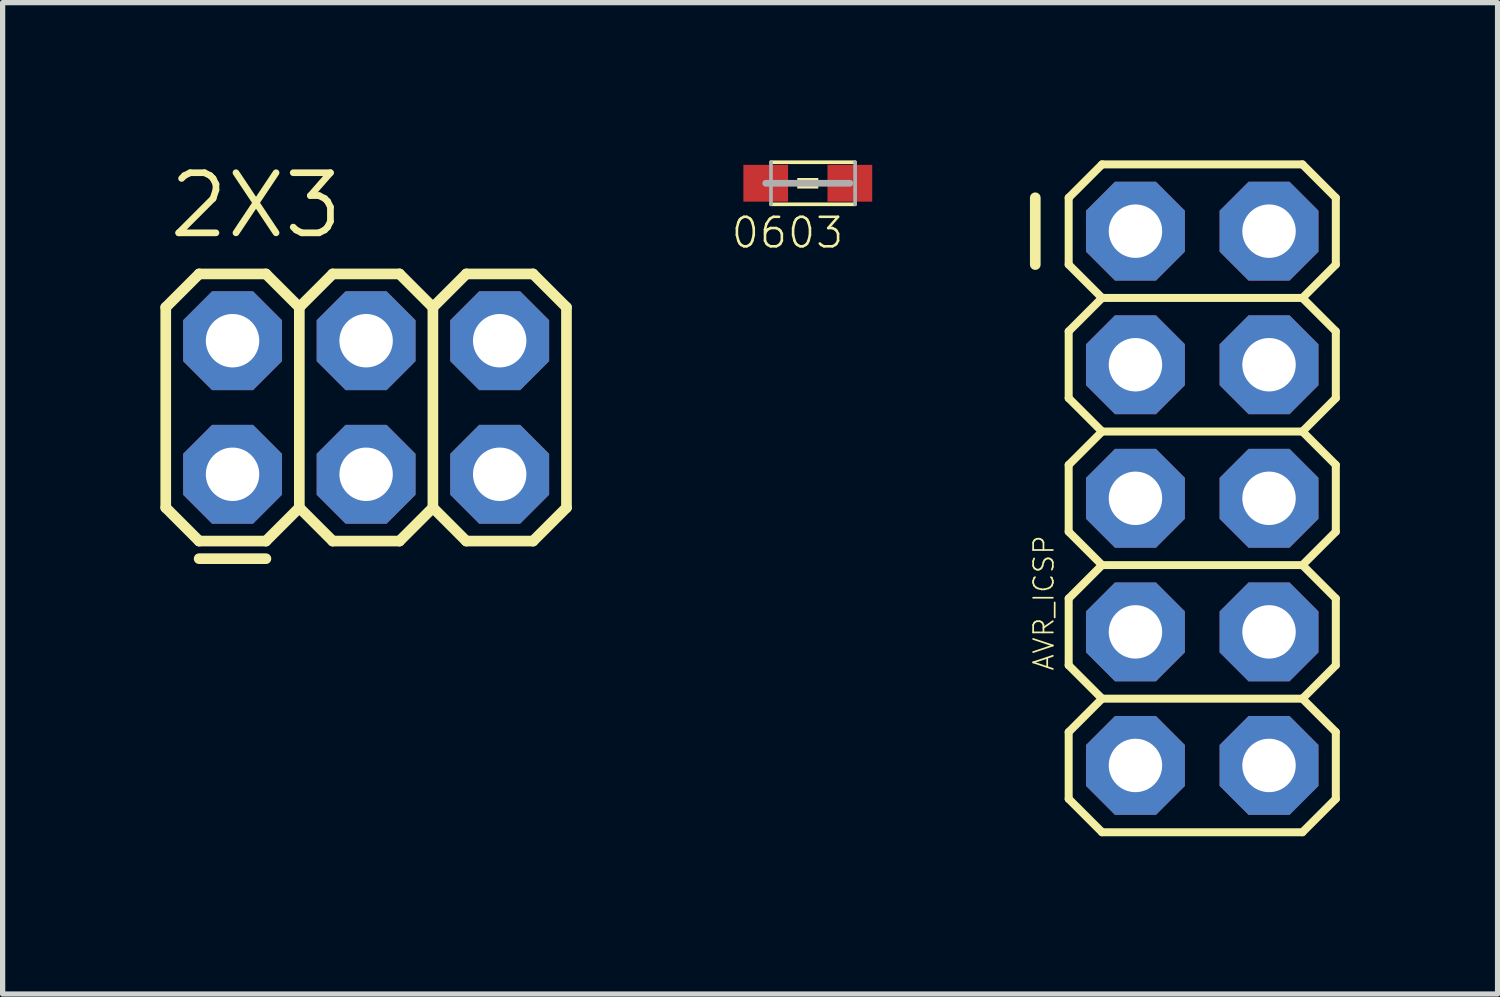
<source format=kicad_pcb>
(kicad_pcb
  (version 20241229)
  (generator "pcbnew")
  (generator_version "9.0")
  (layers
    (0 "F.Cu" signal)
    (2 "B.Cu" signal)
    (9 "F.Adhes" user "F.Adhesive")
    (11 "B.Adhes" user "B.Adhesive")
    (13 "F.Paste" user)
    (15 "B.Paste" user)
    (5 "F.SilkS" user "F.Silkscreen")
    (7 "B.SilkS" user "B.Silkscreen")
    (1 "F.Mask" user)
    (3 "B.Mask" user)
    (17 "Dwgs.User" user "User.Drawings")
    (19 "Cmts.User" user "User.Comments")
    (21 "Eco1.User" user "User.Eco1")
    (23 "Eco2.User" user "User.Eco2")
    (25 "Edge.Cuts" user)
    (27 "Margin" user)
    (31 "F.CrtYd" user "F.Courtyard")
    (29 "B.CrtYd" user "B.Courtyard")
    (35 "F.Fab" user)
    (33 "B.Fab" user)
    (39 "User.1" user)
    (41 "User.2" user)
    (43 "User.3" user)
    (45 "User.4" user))
  (footprint "0603"
    (layer "F.Cu")
    (at 12.411 0.435)
    (property "Reference" "0603" (at -1.587 1.27 0) (layer "F.SilkS") (effects (font (size 0.561 0.561) (thickness 0.049)) (justify left bottom)))
    (fp_line (start -0.8 -0.4) (end 0.8 -0.4) (stroke (width 0.07) (type solid)) (layer "F.SilkS"))
    (fp_line (start 0.8 0.4) (end -0.8 0.4) (stroke (width 0.07) (type solid)) (layer "F.SilkS"))
    (fp_poly (pts (xy -0.3 0.1) (xy 0.1 0.1) (xy 0.1 -0.1) (xy -0.3 -0.1)) (stroke (width 0) (type default)) (fill yes) (layer "F.SilkS"))
    (fp_line (start -0.9 0) (end 0.7 0) (stroke (width 0.127) (type solid)) (layer "F.Fab"))
    (fp_line (start -0.8 0.4) (end -0.8 -0.4) (stroke (width 0.07) (type solid)) (layer "F.Fab"))
    (fp_line (start 0.8 -0.4) (end 0.8 0.4) (stroke (width 0.07) (type solid)) (layer "F.Fab"))
    (pad "1" smd rect (at -0.9 0) (size 0.85 0.7) (layers "F.Cu" "F.Mask" "F.Paste"))
    (pad "2" smd rect (at 0.7 0) (size 0.85 0.7) (layers "F.Cu" "F.Mask" "F.Paste")))
  (footprint "AVR_ICSP"
    (layer "F.Cu")
    (at 19.812 6.426)
    (property "Reference" "AVR_ICSP" (at -2.794 3.302 90) (layer "F.SilkS") (effects (font (size 0.374 0.374) (thickness 0.033)) (justify left bottom)))
    (fp_line (start -3.175 -5.715) (end -3.175 -4.445) (stroke (width 0.203) (type solid)) (layer "F.SilkS"))
    (fp_line (start -2.54 -5.715) (end -2.54 -4.445) (stroke (width 0.152) (type solid)) (layer "F.SilkS"))
    (fp_line (start -2.54 -4.445) (end -1.905 -3.81) (stroke (width 0.152) (type solid)) (layer "F.SilkS"))
    (fp_line (start -2.54 -3.175) (end -2.54 -1.905) (stroke (width 0.152) (type solid)) (layer "F.SilkS"))
    (fp_line (start -2.54 -1.905) (end -1.905 -1.27) (stroke (width 0.152) (type solid)) (layer "F.SilkS"))
    (fp_line (start -2.54 -0.635) (end -2.54 0.635) (stroke (width 0.152) (type solid)) (layer "F.SilkS"))
    (fp_line (start -2.54 0.635) (end -1.905 1.27) (stroke (width 0.152) (type solid)) (layer "F.SilkS"))
    (fp_line (start -2.54 1.905) (end -2.54 3.175) (stroke (width 0.152) (type solid)) (layer "F.SilkS"))
    (fp_line (start -2.54 3.175) (end -1.905 3.81) (stroke (width 0.152) (type solid)) (layer "F.SilkS"))
    (fp_line (start -2.54 4.445) (end -2.54 5.715) (stroke (width 0.152) (type solid)) (layer "F.SilkS"))
    (fp_line (start -2.54 5.715) (end -1.905 6.35) (stroke (width 0.152) (type solid)) (layer "F.SilkS"))
    (fp_line (start -1.905 -6.35) (end -2.54 -5.715) (stroke (width 0.152) (type solid)) (layer "F.SilkS"))
    (fp_line (start -1.905 -6.35) (end 1.905 -6.35) (stroke (width 0.152) (type solid)) (layer "F.SilkS"))
    (fp_line (start -1.905 -3.81) (end -2.54 -3.175) (stroke (width 0.152) (type solid)) (layer "F.SilkS"))
    (fp_line (start -1.905 -1.27) (end -2.54 -0.635) (stroke (width 0.152) (type solid)) (layer "F.SilkS"))
    (fp_line (start -1.905 1.27) (end -2.54 1.905) (stroke (width 0.152) (type solid)) (layer "F.SilkS"))
    (fp_line (start -1.905 3.81) (end -2.54 4.445) (stroke (width 0.152) (type solid)) (layer "F.SilkS"))
    (fp_line (start 1.905 -6.35) (end 2.54 -5.715) (stroke (width 0.152) (type solid)) (layer "F.SilkS"))
    (fp_line (start 1.905 -3.81) (end -1.905 -3.81) (stroke (width 0.152) (type solid)) (layer "F.SilkS"))
    (fp_line (start 1.905 -3.81) (end 2.54 -3.175) (stroke (width 0.152) (type solid)) (layer "F.SilkS"))
    (fp_line (start 1.905 -1.27) (end -1.905 -1.27) (stroke (width 0.152) (type solid)) (layer "F.SilkS"))
    (fp_line (start 1.905 -1.27) (end 2.54 -0.635) (stroke (width 0.152) (type solid)) (layer "F.SilkS"))
    (fp_line (start 1.905 1.27) (end -1.905 1.27) (stroke (width 0.152) (type solid)) (layer "F.SilkS"))
    (fp_line (start 1.905 1.27) (end 2.54 1.905) (stroke (width 0.152) (type solid)) (layer "F.SilkS"))
    (fp_line (start 1.905 3.81) (end -1.905 3.81) (stroke (width 0.152) (type solid)) (layer "F.SilkS"))
    (fp_line (start 1.905 3.81) (end 2.54 4.445) (stroke (width 0.152) (type solid)) (layer "F.SilkS"))
    (fp_line (start 1.905 6.35) (end -1.905 6.35) (stroke (width 0.152) (type solid)) (layer "F.SilkS"))
    (fp_line (start 2.54 -5.715) (end 2.54 -4.445) (stroke (width 0.152) (type solid)) (layer "F.SilkS"))
    (fp_line (start 2.54 -4.445) (end 1.905 -3.81) (stroke (width 0.152) (type solid)) (layer "F.SilkS"))
    (fp_line (start 2.54 -3.175) (end 2.54 -1.905) (stroke (width 0.152) (type solid)) (layer "F.SilkS"))
    (fp_line (start 2.54 -1.905) (end 1.905 -1.27) (stroke (width 0.152) (type solid)) (layer "F.SilkS"))
    (fp_line (start 2.54 -0.635) (end 2.54 0.635) (stroke (width 0.152) (type solid)) (layer "F.SilkS"))
    (fp_line (start 2.54 0.635) (end 1.905 1.27) (stroke (width 0.152) (type solid)) (layer "F.SilkS"))
    (fp_line (start 2.54 1.905) (end 2.54 3.175) (stroke (width 0.152) (type solid)) (layer "F.SilkS"))
    (fp_line (start 2.54 3.175) (end 1.905 3.81) (stroke (width 0.152) (type solid)) (layer "F.SilkS"))
    (fp_line (start 2.54 4.445) (end 2.54 5.715) (stroke (width 0.152) (type solid)) (layer "F.SilkS"))
    (fp_line (start 2.54 5.715) (end 1.905 6.35) (stroke (width 0.152) (type solid)) (layer "F.SilkS"))
    (fp_poly (pts (xy -1.524 0.254) (xy -1.016 0.254) (xy -1.016 -0.254) (xy -1.524 -0.254)) (stroke (width 0) (type default)) (fill yes) (layer "F.SilkS"))
    (fp_poly (pts (xy -1.524 -4.826) (xy -1.016 -4.826) (xy -1.016 -5.334) (xy -1.524 -5.334)) (stroke (width 0.1) (type default)) (fill no) (layer "F.Fab"))
    (fp_poly (pts (xy -1.524 -2.286) (xy -1.016 -2.286) (xy -1.016 -2.794) (xy -1.524 -2.794)) (stroke (width 0.1) (type default)) (fill no) (layer "F.Fab"))
    (fp_poly (pts (xy -1.524 2.794) (xy -1.016 2.794) (xy -1.016 2.286) (xy -1.524 2.286)) (stroke (width 0.1) (type default)) (fill no) (layer "F.Fab"))
    (fp_poly (pts (xy -1.524 5.334) (xy -1.016 5.334) (xy -1.016 4.826) (xy -1.524 4.826)) (stroke (width 0.1) (type default)) (fill no) (layer "F.Fab"))
    (fp_poly (pts (xy 1.016 -4.826) (xy 1.524 -4.826) (xy 1.524 -5.334) (xy 1.016 -5.334)) (stroke (width 0.1) (type default)) (fill no) (layer "F.Fab"))
    (fp_poly (pts (xy 1.016 -2.286) (xy 1.524 -2.286) (xy 1.524 -2.794) (xy 1.016 -2.794)) (stroke (width 0.1) (type default)) (fill no) (layer "F.Fab"))
    (fp_poly (pts (xy 1.016 0.254) (xy 1.524 0.254) (xy 1.524 -0.254) (xy 1.016 -0.254)) (stroke (width 0.1) (type default)) (fill no) (layer "F.Fab"))
    (fp_poly (pts (xy 1.016 2.794) (xy 1.524 2.794) (xy 1.524 2.286) (xy 1.016 2.286)) (stroke (width 0.1) (type default)) (fill no) (layer "F.Fab"))
    (fp_poly (pts (xy 1.016 5.334) (xy 1.524 5.334) (xy 1.524 4.826) (xy 1.016 4.826)) (stroke (width 0.1) (type default)) (fill no) (layer "F.Fab"))
    (pad "1" thru_hole roundrect (at -1.27 -5.08 270) (size 1.88 1.88) (drill 1.016) (layers "*.Cu" "*.Mask") (roundrect_rratio 0.25) (chamfer_ratio 0.293) (chamfer top_left top_right bottom_left bottom_right))
    (pad "2" thru_hole roundrect (at 1.27 -5.08 270) (size 1.88 1.88) (drill 1.016) (layers "*.Cu" "*.Mask") (roundrect_rratio 0.25) (chamfer_ratio 0.293) (chamfer top_left top_right bottom_left bottom_right))
    (pad "3" thru_hole roundrect (at -1.27 -2.54 270) (size 1.88 1.88) (drill 1.016) (layers "*.Cu" "*.Mask") (roundrect_rratio 0.25) (chamfer_ratio 0.293) (chamfer top_left top_right bottom_left bottom_right))
    (pad "4" thru_hole roundrect (at 1.27 -2.54 270) (size 1.88 1.88) (drill 1.016) (layers "*.Cu" "*.Mask") (roundrect_rratio 0.25) (chamfer_ratio 0.293) (chamfer top_left top_right bottom_left bottom_right))
    (pad "5" thru_hole roundrect (at -1.27 0 270) (size 1.88 1.88) (drill 1.016) (layers "*.Cu" "*.Mask") (roundrect_rratio 0.25) (chamfer_ratio 0.293) (chamfer top_left top_right bottom_left bottom_right))
    (pad "6" thru_hole roundrect (at 1.27 0 270) (size 1.88 1.88) (drill 1.016) (layers "*.Cu" "*.Mask") (roundrect_rratio 0.25) (chamfer_ratio 0.293) (chamfer top_left top_right bottom_left bottom_right))
    (pad "7" thru_hole roundrect (at -1.27 2.54 270) (size 1.88 1.88) (drill 1.016) (layers "*.Cu" "*.Mask") (roundrect_rratio 0.25) (chamfer_ratio 0.293) (chamfer top_left top_right bottom_left bottom_right))
    (pad "8" thru_hole roundrect (at 1.27 2.54 270) (size 1.88 1.88) (drill 1.016) (layers "*.Cu" "*.Mask") (roundrect_rratio 0.25) (chamfer_ratio 0.293) (chamfer top_left top_right bottom_left bottom_right))
    (pad "9" thru_hole roundrect (at -1.27 5.08 270) (size 1.88 1.88) (drill 1.016) (layers "*.Cu" "*.Mask") (roundrect_rratio 0.25) (chamfer_ratio 0.293) (chamfer top_left top_right bottom_left bottom_right))
    (pad "10" thru_hole roundrect (at 1.27 5.08 270) (size 1.88 1.88) (drill 1.016) (layers "*.Cu" "*.Mask") (roundrect_rratio 0.25) (chamfer_ratio 0.293) (chamfer top_left top_right bottom_left bottom_right)))
  (footprint "2X3"
    (layer "F.Cu")
    (at 1.372 5.969)
    (property "Reference" "2X3" (at -1.27 -4.445 0) (layer "F.SilkS") (effects (font (size 1.143 1.143) (thickness 0.127)) (justify left bottom)))
    (fp_line (start -1.27 -3.175) (end -0.635 -3.81) (stroke (width 0.203) (type solid)) (layer "F.SilkS"))
    (fp_line (start -1.27 0.635) (end -1.27 -3.175) (stroke (width 0.203) (type solid)) (layer "F.SilkS"))
    (fp_line (start -1.27 0.635) (end -0.635 1.27) (stroke (width 0.203) (type solid)) (layer "F.SilkS"))
    (fp_line (start -0.635 -3.81) (end 0.635 -3.81) (stroke (width 0.203) (type solid)) (layer "F.SilkS"))
    (fp_line (start -0.635 1.27) (end 0.635 1.27) (stroke (width 0.203) (type solid)) (layer "F.SilkS"))
    (fp_line (start 0.635 -3.81) (end 1.27 -3.175) (stroke (width 0.203) (type solid)) (layer "F.SilkS"))
    (fp_line (start 0.635 1.27) (end 1.27 0.635) (stroke (width 0.203) (type solid)) (layer "F.SilkS"))
    (fp_line (start 0.635 1.605) (end -0.635 1.605) (stroke (width 0.203) (type solid)) (layer "F.SilkS"))
    (fp_line (start 1.27 -3.175) (end 1.27 0.635) (stroke (width 0.203) (type solid)) (layer "F.SilkS"))
    (fp_line (start 1.27 -3.175) (end 1.905 -3.81) (stroke (width 0.203) (type solid)) (layer "F.SilkS"))
    (fp_line (start 1.27 0.635) (end 1.905 1.27) (stroke (width 0.203) (type solid)) (layer "F.SilkS"))
    (fp_line (start 1.905 -3.81) (end 3.175 -3.81) (stroke (width 0.203) (type solid)) (layer "F.SilkS"))
    (fp_line (start 1.905 1.27) (end 3.175 1.27) (stroke (width 0.203) (type solid)) (layer "F.SilkS"))
    (fp_line (start 3.175 -3.81) (end 3.81 -3.175) (stroke (width 0.203) (type solid)) (layer "F.SilkS"))
    (fp_line (start 3.175 1.27) (end 3.81 0.635) (stroke (width 0.203) (type solid)) (layer "F.SilkS"))
    (fp_line (start 3.81 -3.175) (end 3.81 0.635) (stroke (width 0.203) (type solid)) (layer "F.SilkS"))
    (fp_line (start 3.81 -3.175) (end 4.445 -3.81) (stroke (width 0.203) (type solid)) (layer "F.SilkS"))
    (fp_line (start 3.81 0.635) (end 4.445 1.27) (stroke (width 0.203) (type solid)) (layer "F.SilkS"))
    (fp_line (start 4.445 -3.81) (end 5.715 -3.81) (stroke (width 0.203) (type solid)) (layer "F.SilkS"))
    (fp_line (start 4.445 1.27) (end 5.715 1.27) (stroke (width 0.203) (type solid)) (layer "F.SilkS"))
    (fp_line (start 5.715 -3.81) (end 6.35 -3.175) (stroke (width 0.203) (type solid)) (layer "F.SilkS"))
    (fp_line (start 5.715 1.27) (end 6.35 0.635) (stroke (width 0.203) (type solid)) (layer "F.SilkS"))
    (fp_line (start 6.35 -3.175) (end 6.35 0.635) (stroke (width 0.203) (type solid)) (layer "F.SilkS"))
    (fp_poly (pts (xy -0.254 -2.286) (xy 0.254 -2.286) (xy 0.254 -2.794) (xy -0.254 -2.794)) (stroke (width 0.1) (type default)) (fill no) (layer "F.Fab"))
    (fp_poly (pts (xy -0.254 0.254) (xy 0.254 0.254) (xy 0.254 -0.254) (xy -0.254 -0.254)) (stroke (width 0.1) (type default)) (fill no) (layer "F.Fab"))
    (fp_poly (pts (xy 2.286 -2.286) (xy 2.794 -2.286) (xy 2.794 -2.794) (xy 2.286 -2.794)) (stroke (width 0.1) (type default)) (fill no) (layer "F.Fab"))
    (fp_poly (pts (xy 2.286 0.254) (xy 2.794 0.254) (xy 2.794 -0.254) (xy 2.286 -0.254)) (stroke (width 0.1) (type default)) (fill no) (layer "F.Fab"))
    (fp_poly (pts (xy 4.826 -2.286) (xy 5.334 -2.286) (xy 5.334 -2.794) (xy 4.826 -2.794)) (stroke (width 0.1) (type default)) (fill no) (layer "F.Fab"))
    (fp_poly (pts (xy 4.826 0.254) (xy 5.334 0.254) (xy 5.334 -0.254) (xy 4.826 -0.254)) (stroke (width 0.1) (type default)) (fill no) (layer "F.Fab"))
    (pad "1" thru_hole roundrect (at 0 0) (size 1.88 1.88) (drill 1.016) (layers "*.Cu" "*.Mask") (roundrect_rratio 0.25) (chamfer_ratio 0.293) (chamfer top_left top_right bottom_left bottom_right))
    (pad "2" thru_hole roundrect (at 0 -2.54) (size 1.88 1.88) (drill 1.016) (layers "*.Cu" "*.Mask") (roundrect_rratio 0.25) (chamfer_ratio 0.293) (chamfer top_left top_right bottom_left bottom_right))
    (pad "3" thru_hole roundrect (at 2.54 0) (size 1.88 1.88) (drill 1.016) (layers "*.Cu" "*.Mask") (roundrect_rratio 0.25) (chamfer_ratio 0.293) (chamfer top_left top_right bottom_left bottom_right))
    (pad "4" thru_hole roundrect (at 2.54 -2.54) (size 1.88 1.88) (drill 1.016) (layers "*.Cu" "*.Mask") (roundrect_rratio 0.25) (chamfer_ratio 0.293) (chamfer top_left top_right bottom_left bottom_right))
    (pad "5" thru_hole roundrect (at 5.08 0) (size 1.88 1.88) (drill 1.016) (layers "*.Cu" "*.Mask") (roundrect_rratio 0.25) (chamfer_ratio 0.293) (chamfer top_left top_right bottom_left bottom_right))
    (pad "6" thru_hole roundrect (at 5.08 -2.54) (size 1.88 1.88) (drill 1.016) (layers "*.Cu" "*.Mask") (roundrect_rratio 0.25) (chamfer_ratio 0.293) (chamfer top_left top_right bottom_left bottom_right)))
  (gr_rect
    (start -3 -3)
    (end 25.428 15.852)
    (stroke (width 0.1) (type default))
    (fill no)
    (layer "Edge.Cuts")))
</source>
